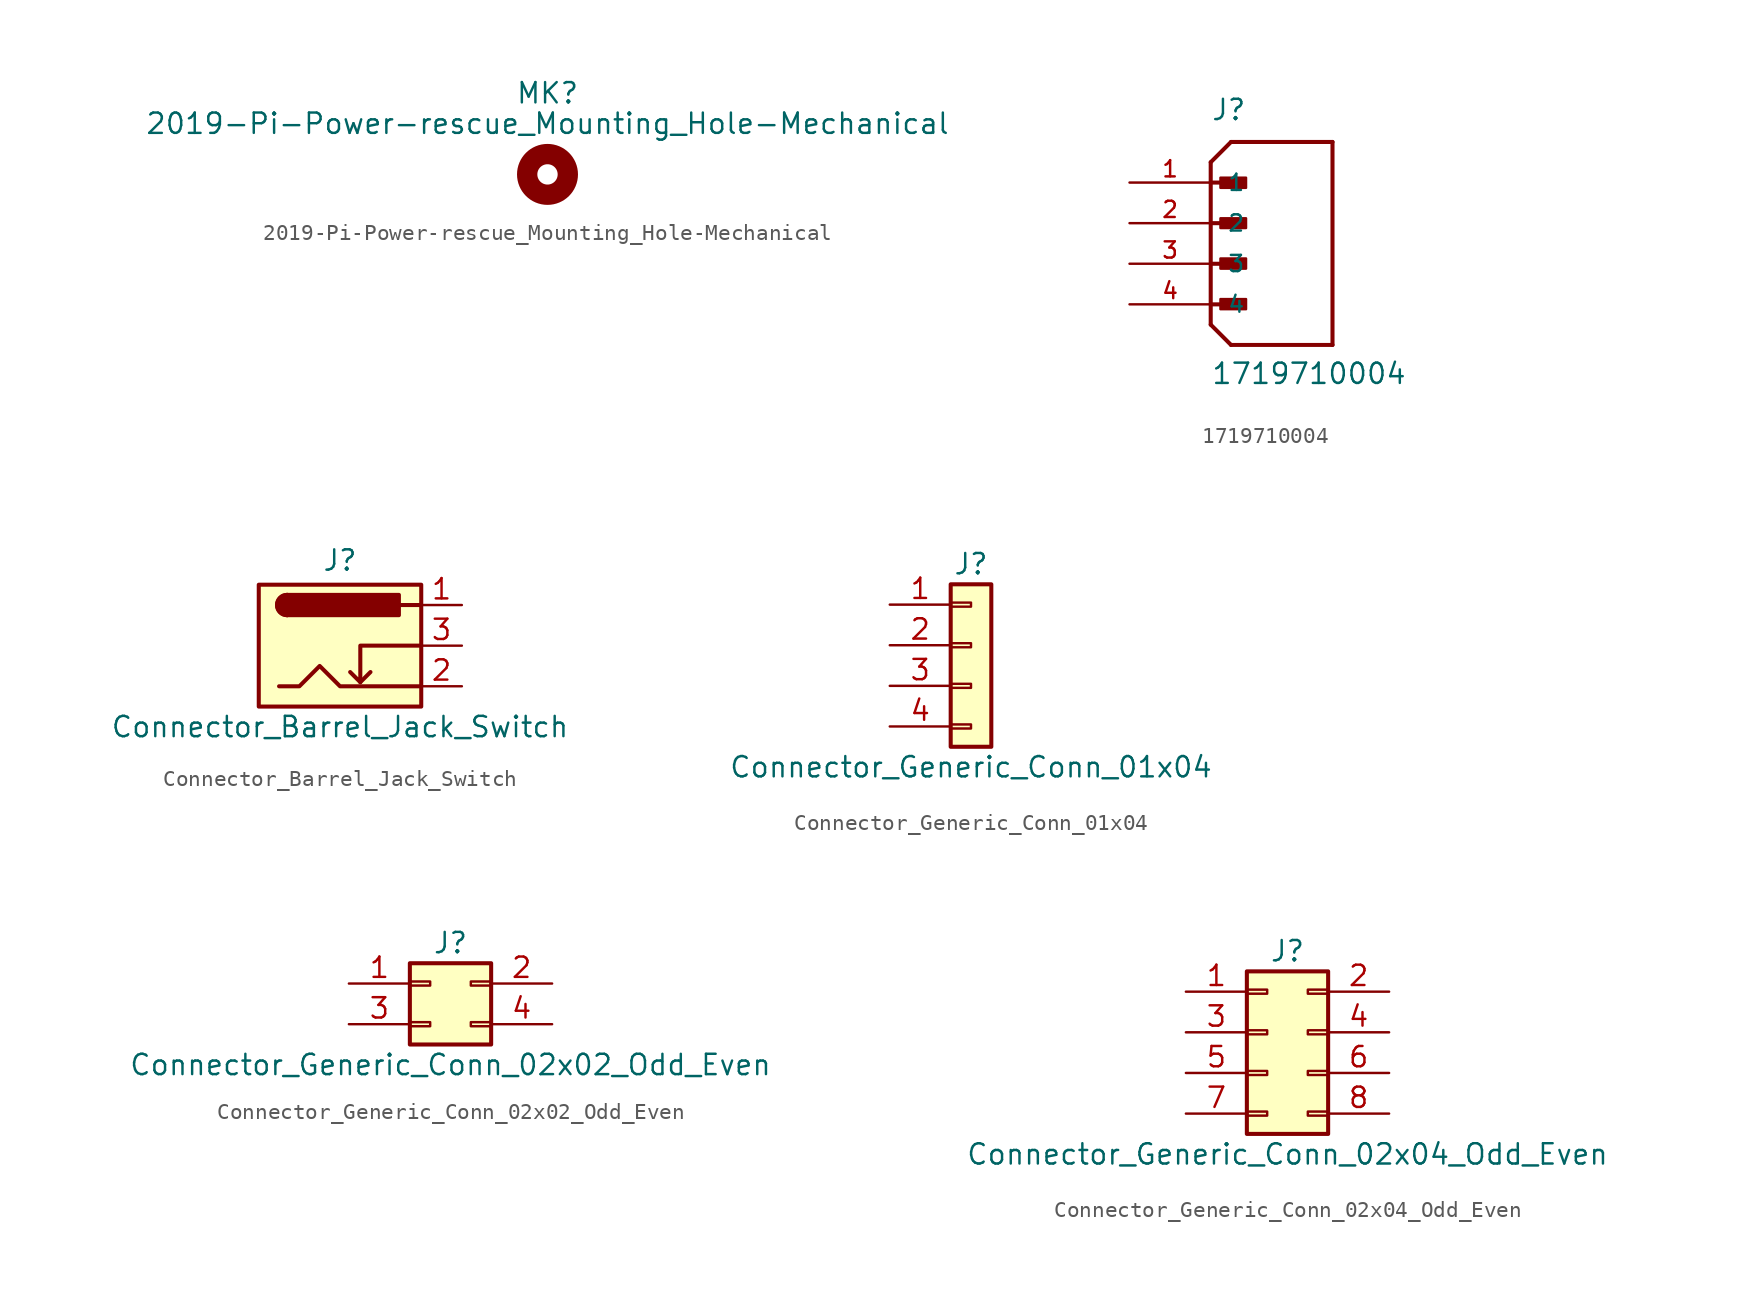
<source format=kicad_sym>
(kicad_symbol_lib
  (version 20211014)
  (generator kicad_symbol_editor)
  (symbol "2019-Pi-Power-rescue_Mounting_Hole-Mechanical"
    (pin_names
      (offset 1.016))
    (property "Reference" "MK"
      (at 0 5.08 0)
      (effects (font (size 1.27 1.27))))
    (property "Value" "2019-Pi-Power-rescue_Mounting_Hole-Mechanical"
      (at 0 3.175 0)
      (effects (font (size 1.27 1.27))))
    (symbol "2019-Pi-Power-rescue_Mounting_Hole-Mechanical_0_1"
      (circle (center 0 0) (radius 1.27) (stroke (width 1.27) (type default) (color 0 0 0 0)) (fill (type none)))))
  (symbol "1719710004"
    (pin_names
      (offset 1.016))
    (property "Reference" "J"
      (at 0 6.35 0)
      (effects (font (size 1.27 1.27)) (justify left bottom)))
    (property "Value" "1719710004"
      (at 0 -10.16 0)
      (effects (font (size 1.27 1.27)) (justify left bottom)))
    (symbol "1719710004_0_0"
      (polyline (pts (xy 0 -6.35) (xy 1.27 -7.62)) (stroke (width 0.254) (type default) (color 0 0 0 0)) (fill (type none)))
      (polyline (pts (xy 0 -5.08) (xy 1.905 -5.08)) (stroke (width 0.254) (type default) (color 0 0 0 0)) (fill (type none)))
      (polyline (pts (xy 0 -2.54) (xy 1.905 -2.54)) (stroke (width 0.254) (type default) (color 0 0 0 0)) (fill (type none)))
      (polyline (pts (xy 0 0) (xy 1.905 0)) (stroke (width 0.254) (type default) (color 0 0 0 0)) (fill (type none)))
      (polyline (pts (xy 0 2.54) (xy 0 -6.35)) (stroke (width 0.254) (type default) (color 0 0 0 0)) (fill (type none)))
      (polyline (pts (xy 0 2.54) (xy 1.905 2.54)) (stroke (width 0.254) (type default) (color 0 0 0 0)) (fill (type none)))
      (polyline (pts (xy 0 3.81) (xy 0 2.54)) (stroke (width 0.254) (type default) (color 0 0 0 0)) (fill (type none)))
      (polyline (pts (xy 0 3.81) (xy 1.27 5.08)) (stroke (width 0.254) (type default) (color 0 0 0 0)) (fill (type none)))
      (polyline (pts (xy 1.27 -7.62) (xy 7.62 -7.62)) (stroke (width 0.254) (type default) (color 0 0 0 0)) (fill (type none)))
      (polyline (pts (xy 7.62 -7.62) (xy 7.62 5.08)) (stroke (width 0.254) (type default) (color 0 0 0 0)) (fill (type none)))
      (polyline (pts (xy 7.62 5.08) (xy 1.27 5.08)) (stroke (width 0.254) (type default) (color 0 0 0 0)) (fill (type none)))
      (rectangle (start 0.61 -5.385) (end 2.21 -4.75) (stroke (width 0) (type default) (color 0 0 0 0)) (fill (type outline)))
      (rectangle (start 0.61 -2.845) (end 2.21 -2.21) (stroke (width 0) (type default) (color 0 0 0 0)) (fill (type outline)))
      (rectangle (start 0.61 -0.305) (end 2.21 0.305) (stroke (width 0) (type default) (color 0 0 0 0)) (fill (type outline)))
      (rectangle (start 0.61 2.21) (end 2.21 2.845) (stroke (width 0) (type default) (color 0 0 0 0)) (fill (type outline)))
      (pin passive line (at -5.08 2.54 0) (length 5.08) (name "1" (effects (font (size 1.016 1.016)))) (number "1" (effects (font (size 1.016 1.016)))))
      (pin passive line (at -5.08 0 0) (length 5.08) (name "2" (effects (font (size 1.016 1.016)))) (number "2" (effects (font (size 1.016 1.016)))))
      (pin passive line (at -5.08 -2.54 0) (length 5.08) (name "3" (effects (font (size 1.016 1.016)))) (number "3" (effects (font (size 1.016 1.016)))))
      (pin passive line (at -5.08 -5.08 0) (length 5.08) (name "4" (effects (font (size 1.016 1.016)))) (number "4" (effects (font (size 1.016 1.016)))))))
  (symbol "Connector_Barrel_Jack_Switch"
    (pin_names hide)
    (property "Reference" "J"
      (at 0 5.334 0)
      (effects (font (size 1.27 1.27))))
    (property "Value" "Connector_Barrel_Jack_Switch"
      (at 0 -5.08 0)
      (effects (font (size 1.27 1.27))))
    (symbol "Connector_Barrel_Jack_Switch_0_1"
      (rectangle (start -5.08 3.81) (end 5.08 -3.81) (stroke (width 0.254) (type default) (color 0 0 0 0)) (fill (type background)))
      (arc (start -3.302 3.175) (mid -3.937 2.54) (end -3.302 1.905) (stroke (width 0.254) (type default) (color 0 0 0 0)) (fill (type none)))
      (arc (start -3.302 3.175) (mid -3.937 2.54) (end -3.302 1.905) (stroke (width 0.254) (type default) (color 0 0 0 0)) (fill (type outline)))
      (polyline (pts (xy 1.27 -2.286) (xy 1.905 -1.651)) (stroke (width 0.254) (type default) (color 0 0 0 0)) (fill (type none)))
      (polyline (pts (xy 5.08 2.54) (xy 3.81 2.54)) (stroke (width 0.254) (type default) (color 0 0 0 0)) (fill (type none)))
      (polyline (pts (xy 5.08 0) (xy 1.27 0) (xy 1.27 -2.286) (xy 0.635 -1.651)) (stroke (width 0.254) (type default) (color 0 0 0 0)) (fill (type none)))
      (polyline (pts (xy -3.81 -2.54) (xy -2.54 -2.54) (xy -1.27 -1.27) (xy 0 -2.54) (xy 2.54 -2.54) (xy 5.08 -2.54)) (stroke (width 0.254) (type default) (color 0 0 0 0)) (fill (type none)))
      (rectangle (start 3.683 3.175) (end -3.302 1.905) (stroke (width 0.254) (type default) (color 0 0 0 0)) (fill (type outline))))
    (symbol "Connector_Barrel_Jack_Switch_1_1"
      (pin passive line (at 7.62 2.54 180) (length 2.54) (name "~" (effects (font (size 1.27 1.27)))) (number "1" (effects (font (size 1.27 1.27)))))
      (pin passive line (at 7.62 -2.54 180) (length 2.54) (name "~" (effects (font (size 1.27 1.27)))) (number "2" (effects (font (size 1.27 1.27)))))
      (pin passive line (at 7.62 0 180) (length 2.54) (name "~" (effects (font (size 1.27 1.27)))) (number "3" (effects (font (size 1.27 1.27)))))))
  (symbol "Connector_Generic_Conn_01x04"
    (pin_names
      (offset 1.016) hide)
    (property "Reference" "J"
      (at 0 5.08 0)
      (effects (font (size 1.27 1.27))))
    (property "Value" "Connector_Generic_Conn_01x04"
      (at 0 -7.62 0)
      (effects (font (size 1.27 1.27))))
    (symbol "Connector_Generic_Conn_01x04_1_1"
      (rectangle (start -1.27 -4.953) (end 0 -5.207) (stroke (width 0.152) (type default) (color 0 0 0 0)) (fill (type none)))
      (rectangle (start -1.27 -2.413) (end 0 -2.667) (stroke (width 0.152) (type default) (color 0 0 0 0)) (fill (type none)))
      (rectangle (start -1.27 0.127) (end 0 -0.127) (stroke (width 0.152) (type default) (color 0 0 0 0)) (fill (type none)))
      (rectangle (start -1.27 2.667) (end 0 2.413) (stroke (width 0.152) (type default) (color 0 0 0 0)) (fill (type none)))
      (rectangle (start -1.27 3.81) (end 1.27 -6.35) (stroke (width 0.254) (type default) (color 0 0 0 0)) (fill (type background)))
      (pin passive line (at -5.08 2.54 0) (length 3.81) (name "Pin_1" (effects (font (size 1.27 1.27)))) (number "1" (effects (font (size 1.27 1.27)))))
      (pin passive line (at -5.08 0 0) (length 3.81) (name "Pin_2" (effects (font (size 1.27 1.27)))) (number "2" (effects (font (size 1.27 1.27)))))
      (pin passive line (at -5.08 -2.54 0) (length 3.81) (name "Pin_3" (effects (font (size 1.27 1.27)))) (number "3" (effects (font (size 1.27 1.27)))))
      (pin passive line (at -5.08 -5.08 0) (length 3.81) (name "Pin_4" (effects (font (size 1.27 1.27)))) (number "4" (effects (font (size 1.27 1.27)))))))
  (symbol "Connector_Generic_Conn_02x02_Odd_Even"
    (pin_names
      (offset 1.016) hide)
    (property "Reference" "J"
      (at 1.27 2.54 0)
      (effects (font (size 1.27 1.27))))
    (property "Value" "Connector_Generic_Conn_02x02_Odd_Even"
      (at 1.27 -5.08 0)
      (effects (font (size 1.27 1.27))))
    (symbol "Connector_Generic_Conn_02x02_Odd_Even_1_1"
      (rectangle (start -1.27 -2.413) (end 0 -2.667) (stroke (width 0.152) (type default) (color 0 0 0 0)) (fill (type none)))
      (rectangle (start -1.27 0.127) (end 0 -0.127) (stroke (width 0.152) (type default) (color 0 0 0 0)) (fill (type none)))
      (rectangle (start -1.27 1.27) (end 3.81 -3.81) (stroke (width 0.254) (type default) (color 0 0 0 0)) (fill (type background)))
      (rectangle (start 3.81 -2.413) (end 2.54 -2.667) (stroke (width 0.152) (type default) (color 0 0 0 0)) (fill (type none)))
      (rectangle (start 3.81 0.127) (end 2.54 -0.127) (stroke (width 0.152) (type default) (color 0 0 0 0)) (fill (type none)))
      (pin passive line (at -5.08 0 0) (length 3.81) (name "Pin_1" (effects (font (size 1.27 1.27)))) (number "1" (effects (font (size 1.27 1.27)))))
      (pin passive line (at 7.62 0 180) (length 3.81) (name "Pin_2" (effects (font (size 1.27 1.27)))) (number "2" (effects (font (size 1.27 1.27)))))
      (pin passive line (at -5.08 -2.54 0) (length 3.81) (name "Pin_3" (effects (font (size 1.27 1.27)))) (number "3" (effects (font (size 1.27 1.27)))))
      (pin passive line (at 7.62 -2.54 180) (length 3.81) (name "Pin_4" (effects (font (size 1.27 1.27)))) (number "4" (effects (font (size 1.27 1.27)))))))
  (symbol "Connector_Generic_Conn_02x04_Odd_Even"
    (pin_names
      (offset 1.016) hide)
    (property "Reference" "J"
      (at 1.27 5.08 0)
      (effects (font (size 1.27 1.27))))
    (property "Value" "Connector_Generic_Conn_02x04_Odd_Even"
      (at 1.27 -7.62 0)
      (effects (font (size 1.27 1.27))))
    (symbol "Connector_Generic_Conn_02x04_Odd_Even_1_1"
      (rectangle (start -1.27 -4.953) (end 0 -5.207) (stroke (width 0.152) (type default) (color 0 0 0 0)) (fill (type none)))
      (rectangle (start -1.27 -2.413) (end 0 -2.667) (stroke (width 0.152) (type default) (color 0 0 0 0)) (fill (type none)))
      (rectangle (start -1.27 0.127) (end 0 -0.127) (stroke (width 0.152) (type default) (color 0 0 0 0)) (fill (type none)))
      (rectangle (start -1.27 2.667) (end 0 2.413) (stroke (width 0.152) (type default) (color 0 0 0 0)) (fill (type none)))
      (rectangle (start -1.27 3.81) (end 3.81 -6.35) (stroke (width 0.254) (type default) (color 0 0 0 0)) (fill (type background)))
      (rectangle (start 3.81 -4.953) (end 2.54 -5.207) (stroke (width 0.152) (type default) (color 0 0 0 0)) (fill (type none)))
      (rectangle (start 3.81 -2.413) (end 2.54 -2.667) (stroke (width 0.152) (type default) (color 0 0 0 0)) (fill (type none)))
      (rectangle (start 3.81 0.127) (end 2.54 -0.127) (stroke (width 0.152) (type default) (color 0 0 0 0)) (fill (type none)))
      (rectangle (start 3.81 2.667) (end 2.54 2.413) (stroke (width 0.152) (type default) (color 0 0 0 0)) (fill (type none)))
      (pin passive line (at -5.08 2.54 0) (length 3.81) (name "Pin_1" (effects (font (size 1.27 1.27)))) (number "1" (effects (font (size 1.27 1.27)))))
      (pin passive line (at 7.62 2.54 180) (length 3.81) (name "Pin_2" (effects (font (size 1.27 1.27)))) (number "2" (effects (font (size 1.27 1.27)))))
      (pin passive line (at -5.08 0 0) (length 3.81) (name "Pin_3" (effects (font (size 1.27 1.27)))) (number "3" (effects (font (size 1.27 1.27)))))
      (pin passive line (at 7.62 0 180) (length 3.81) (name "Pin_4" (effects (font (size 1.27 1.27)))) (number "4" (effects (font (size 1.27 1.27)))))
      (pin passive line (at -5.08 -2.54 0) (length 3.81) (name "Pin_5" (effects (font (size 1.27 1.27)))) (number "5" (effects (font (size 1.27 1.27)))))
      (pin passive line (at 7.62 -2.54 180) (length 3.81) (name "Pin_6" (effects (font (size 1.27 1.27)))) (number "6" (effects (font (size 1.27 1.27)))))
      (pin passive line (at -5.08 -5.08 0) (length 3.81) (name "Pin_7" (effects (font (size 1.27 1.27)))) (number "7" (effects (font (size 1.27 1.27)))))
      (pin passive line (at 7.62 -5.08 180) (length 3.81) (name "Pin_8" (effects (font (size 1.27 1.27)))) (number "8" (effects (font (size 1.27 1.27))))))))
</source>
